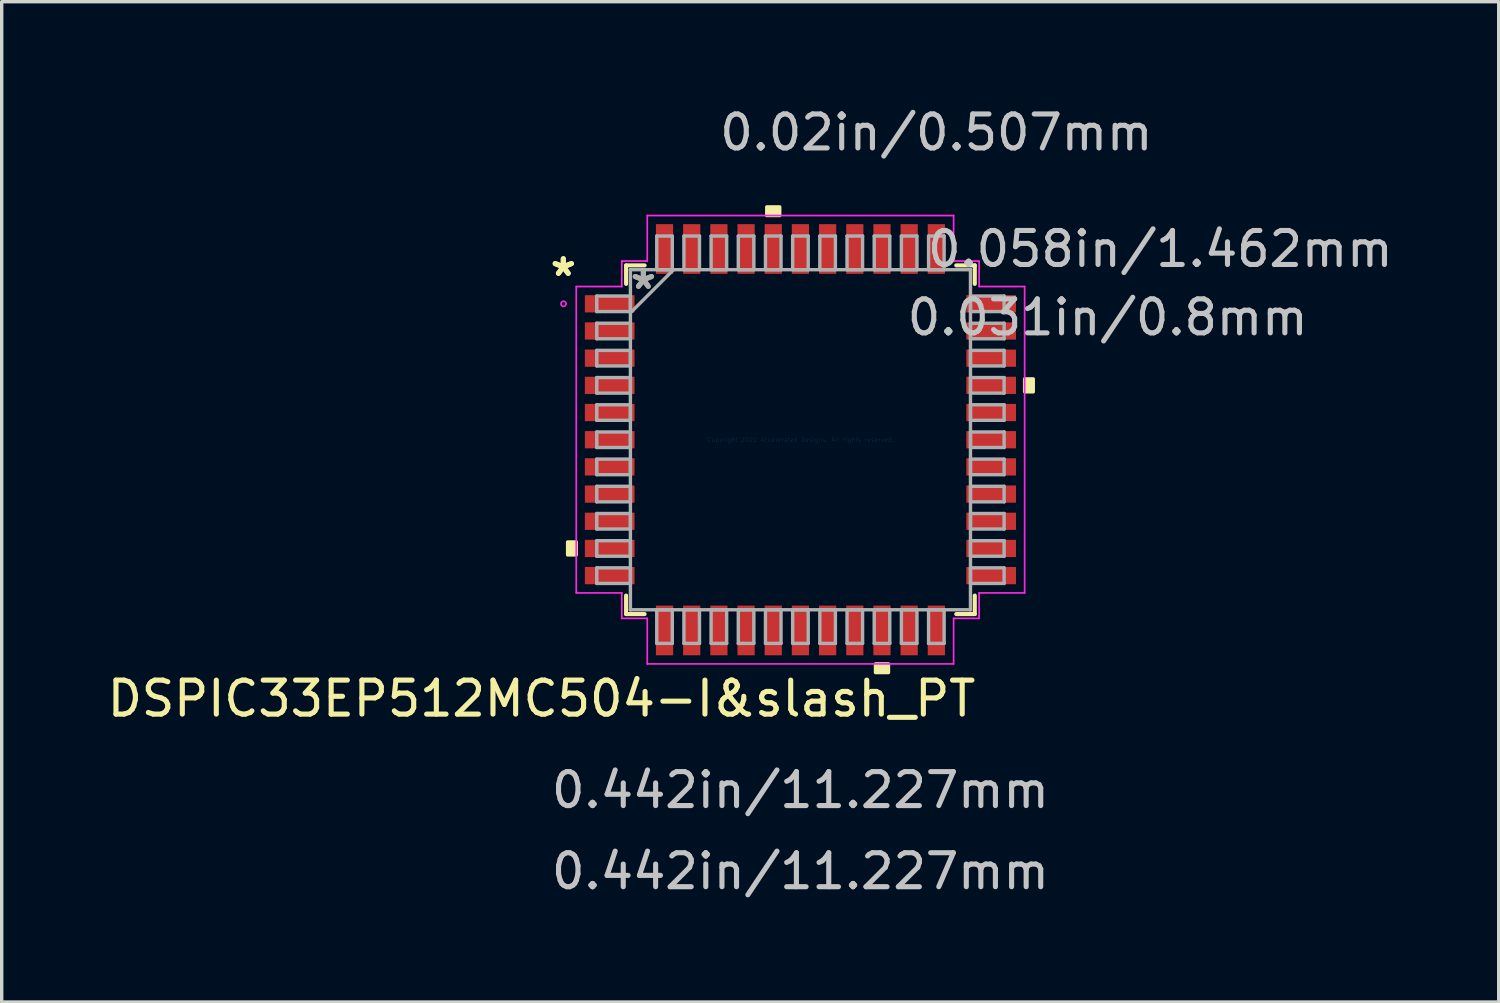
<source format=kicad_pcb>
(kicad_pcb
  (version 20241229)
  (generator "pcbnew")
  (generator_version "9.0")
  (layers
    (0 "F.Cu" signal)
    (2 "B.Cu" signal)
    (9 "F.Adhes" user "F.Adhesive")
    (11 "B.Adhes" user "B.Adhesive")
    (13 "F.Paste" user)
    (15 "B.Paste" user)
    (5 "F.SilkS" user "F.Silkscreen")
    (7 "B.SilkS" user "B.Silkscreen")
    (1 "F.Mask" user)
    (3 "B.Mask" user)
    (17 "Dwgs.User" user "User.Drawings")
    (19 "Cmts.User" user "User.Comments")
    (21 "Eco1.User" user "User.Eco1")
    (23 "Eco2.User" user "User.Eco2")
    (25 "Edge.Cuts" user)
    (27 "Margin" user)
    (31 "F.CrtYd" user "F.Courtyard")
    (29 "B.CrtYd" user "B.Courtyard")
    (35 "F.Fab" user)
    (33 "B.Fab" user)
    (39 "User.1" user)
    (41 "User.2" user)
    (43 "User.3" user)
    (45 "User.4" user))
  (footprint "DSPIC33EP512MC504-I&slash_PT"
    (layer "F.Cu")
    (at 20.507 9.891)
    (property "Reference" "DSPIC33EP512MC504-I&slash_PT" (at -7.62 7.62 0) (layer "F.SilkS") (effects (font (size 1 1) (thickness 0.15))))
    (attr smd)
    (fp_line (start -5.131 -5.131) (end -5.131 -4.586) (stroke (width 0.12) (type solid)) (layer "F.SilkS"))
    (fp_line (start -5.131 4.586) (end -5.131 5.131) (stroke (width 0.12) (type solid)) (layer "F.SilkS"))
    (fp_line (start -5.131 5.131) (end -4.586 5.131) (stroke (width 0.12) (type solid)) (layer "F.SilkS"))
    (fp_line (start -4.586 -5.131) (end -5.131 -5.131) (stroke (width 0.12) (type solid)) (layer "F.SilkS"))
    (fp_line (start 4.586 5.131) (end 5.131 5.131) (stroke (width 0.12) (type solid)) (layer "F.SilkS"))
    (fp_line (start 5.131 -5.131) (end 4.586 -5.131) (stroke (width 0.12) (type solid)) (layer "F.SilkS"))
    (fp_line (start 5.131 -4.586) (end 5.131 -5.131) (stroke (width 0.12) (type solid)) (layer "F.SilkS"))
    (fp_line (start 5.131 5.131) (end 5.131 4.586) (stroke (width 0.12) (type solid)) (layer "F.SilkS"))
    (fp_poly (pts (xy -6.852 3.009) (xy -6.852 3.39) (xy -6.598 3.39) (xy -6.598 3.009)) (stroke (width 0.1) (type solid)) (fill yes) (layer "F.SilkS"))
    (fp_poly (pts (xy -0.991 -6.598) (xy -0.991 -6.852) (xy -0.61 -6.852) (xy -0.61 -6.598)) (stroke (width 0.1) (type solid)) (fill yes) (layer "F.SilkS"))
    (fp_poly (pts (xy 2.209 6.598) (xy 2.209 6.852) (xy 2.591 6.852) (xy 2.591 6.598)) (stroke (width 0.1) (type solid)) (fill yes) (layer "F.SilkS"))
    (fp_poly (pts (xy 6.852 -1.79) (xy 6.852 -1.409) (xy 6.598 -1.409) (xy 6.598 -1.79)) (stroke (width 0.1) (type solid)) (fill yes) (layer "F.SilkS"))
    (fp_line (start -6.598 -4.508) (end -5.258 -4.508) (stroke (width 0.05) (type solid)) (layer "F.CrtYd"))
    (fp_line (start -6.598 4.508) (end -6.598 -4.508) (stroke (width 0.05) (type solid)) (layer "F.CrtYd"))
    (fp_line (start -5.258 -5.258) (end -4.508 -5.258) (stroke (width 0.05) (type solid)) (layer "F.CrtYd"))
    (fp_line (start -5.258 -4.508) (end -5.258 -5.258) (stroke (width 0.05) (type solid)) (layer "F.CrtYd"))
    (fp_line (start -5.258 4.508) (end -6.598 4.508) (stroke (width 0.05) (type solid)) (layer "F.CrtYd"))
    (fp_line (start -5.258 5.258) (end -5.258 4.508) (stroke (width 0.05) (type solid)) (layer "F.CrtYd"))
    (fp_line (start -4.508 -6.598) (end 4.508 -6.598) (stroke (width 0.05) (type solid)) (layer "F.CrtYd"))
    (fp_line (start -4.508 -5.258) (end -4.508 -6.598) (stroke (width 0.05) (type solid)) (layer "F.CrtYd"))
    (fp_line (start -4.508 5.258) (end -5.258 5.258) (stroke (width 0.05) (type solid)) (layer "F.CrtYd"))
    (fp_line (start -4.508 6.598) (end -4.508 5.258) (stroke (width 0.05) (type solid)) (layer "F.CrtYd"))
    (fp_line (start 4.508 -6.598) (end 4.508 -5.258) (stroke (width 0.05) (type solid)) (layer "F.CrtYd"))
    (fp_line (start 4.508 -5.258) (end 5.258 -5.258) (stroke (width 0.05) (type solid)) (layer "F.CrtYd"))
    (fp_line (start 4.508 5.258) (end 4.508 6.598) (stroke (width 0.05) (type solid)) (layer "F.CrtYd"))
    (fp_line (start 4.508 6.598) (end -4.508 6.598) (stroke (width 0.05) (type solid)) (layer "F.CrtYd"))
    (fp_line (start 5.258 -5.258) (end 5.258 -4.508) (stroke (width 0.05) (type solid)) (layer "F.CrtYd"))
    (fp_line (start 5.258 -4.508) (end 6.598 -4.508) (stroke (width 0.05) (type solid)) (layer "F.CrtYd"))
    (fp_line (start 5.258 4.508) (end 5.258 5.258) (stroke (width 0.05) (type solid)) (layer "F.CrtYd"))
    (fp_line (start 5.258 5.258) (end 4.508 5.258) (stroke (width 0.05) (type solid)) (layer "F.CrtYd"))
    (fp_line (start 6.598 -4.508) (end 6.598 4.508) (stroke (width 0.05) (type solid)) (layer "F.CrtYd"))
    (fp_line (start 6.598 4.508) (end 5.258 4.508) (stroke (width 0.05) (type solid)) (layer "F.CrtYd"))
    (fp_circle (center -6.972 -4) (end -6.896 -4) (stroke (width 0.05) (type solid)) (fill no) (layer "F.CrtYd"))
    (fp_line (start -5.994 -4.229) (end -5.994 -3.771) (stroke (width 0.1) (type solid)) (layer "F.Fab"))
    (fp_line (start -5.994 -3.771) (end -5.004 -3.771) (stroke (width 0.1) (type solid)) (layer "F.Fab"))
    (fp_line (start -5.994 -3.429) (end -5.994 -2.971) (stroke (width 0.1) (type solid)) (layer "F.Fab"))
    (fp_line (start -5.994 -2.971) (end -5.004 -2.971) (stroke (width 0.1) (type solid)) (layer "F.Fab"))
    (fp_line (start -5.994 -2.629) (end -5.994 -2.171) (stroke (width 0.1) (type solid)) (layer "F.Fab"))
    (fp_line (start -5.994 -2.171) (end -5.004 -2.171) (stroke (width 0.1) (type solid)) (layer "F.Fab"))
    (fp_line (start -5.994 -1.829) (end -5.994 -1.371) (stroke (width 0.1) (type solid)) (layer "F.Fab"))
    (fp_line (start -5.994 -1.371) (end -5.004 -1.371) (stroke (width 0.1) (type solid)) (layer "F.Fab"))
    (fp_line (start -5.994 -1.029) (end -5.994 -0.571) (stroke (width 0.1) (type solid)) (layer "F.Fab"))
    (fp_line (start -5.994 -0.571) (end -5.004 -0.571) (stroke (width 0.1) (type solid)) (layer "F.Fab"))
    (fp_line (start -5.994 -0.229) (end -5.994 0.229) (stroke (width 0.1) (type solid)) (layer "F.Fab"))
    (fp_line (start -5.994 0.229) (end -5.004 0.229) (stroke (width 0.1) (type solid)) (layer "F.Fab"))
    (fp_line (start -5.994 0.571) (end -5.994 1.029) (stroke (width 0.1) (type solid)) (layer "F.Fab"))
    (fp_line (start -5.994 1.029) (end -5.004 1.029) (stroke (width 0.1) (type solid)) (layer "F.Fab"))
    (fp_line (start -5.994 1.371) (end -5.994 1.829) (stroke (width 0.1) (type solid)) (layer "F.Fab"))
    (fp_line (start -5.994 1.829) (end -5.004 1.829) (stroke (width 0.1) (type solid)) (layer "F.Fab"))
    (fp_line (start -5.994 2.171) (end -5.994 2.629) (stroke (width 0.1) (type solid)) (layer "F.Fab"))
    (fp_line (start -5.994 2.629) (end -5.004 2.629) (stroke (width 0.1) (type solid)) (layer "F.Fab"))
    (fp_line (start -5.994 2.971) (end -5.994 3.429) (stroke (width 0.1) (type solid)) (layer "F.Fab"))
    (fp_line (start -5.994 3.429) (end -5.004 3.429) (stroke (width 0.1) (type solid)) (layer "F.Fab"))
    (fp_line (start -5.994 3.771) (end -5.994 4.229) (stroke (width 0.1) (type solid)) (layer "F.Fab"))
    (fp_line (start -5.994 4.229) (end -5.004 4.229) (stroke (width 0.1) (type solid)) (layer "F.Fab"))
    (fp_line (start -5.004 -5.004) (end -5.004 -5.004) (stroke (width 0.1) (type solid)) (layer "F.Fab"))
    (fp_line (start -5.004 -5.004) (end -5.004 5.004) (stroke (width 0.1) (type solid)) (layer "F.Fab"))
    (fp_line (start -5.004 -4.229) (end -5.994 -4.229) (stroke (width 0.1) (type solid)) (layer "F.Fab"))
    (fp_line (start -5.004 -3.771) (end -5.004 -4.229) (stroke (width 0.1) (type solid)) (layer "F.Fab"))
    (fp_line (start -5.004 -3.734) (end -3.734 -5.004) (stroke (width 0.1) (type solid)) (layer "F.Fab"))
    (fp_line (start -5.004 -3.429) (end -5.994 -3.429) (stroke (width 0.1) (type solid)) (layer "F.Fab"))
    (fp_line (start -5.004 -2.971) (end -5.004 -3.429) (stroke (width 0.1) (type solid)) (layer "F.Fab"))
    (fp_line (start -5.004 -2.629) (end -5.994 -2.629) (stroke (width 0.1) (type solid)) (layer "F.Fab"))
    (fp_line (start -5.004 -2.171) (end -5.004 -2.629) (stroke (width 0.1) (type solid)) (layer "F.Fab"))
    (fp_line (start -5.004 -1.829) (end -5.994 -1.829) (stroke (width 0.1) (type solid)) (layer "F.Fab"))
    (fp_line (start -5.004 -1.371) (end -5.004 -1.829) (stroke (width 0.1) (type solid)) (layer "F.Fab"))
    (fp_line (start -5.004 -1.029) (end -5.994 -1.029) (stroke (width 0.1) (type solid)) (layer "F.Fab"))
    (fp_line (start -5.004 -0.571) (end -5.004 -1.029) (stroke (width 0.1) (type solid)) (layer "F.Fab"))
    (fp_line (start -5.004 -0.229) (end -5.994 -0.229) (stroke (width 0.1) (type solid)) (layer "F.Fab"))
    (fp_line (start -5.004 0.229) (end -5.004 -0.229) (stroke (width 0.1) (type solid)) (layer "F.Fab"))
    (fp_line (start -5.004 0.571) (end -5.994 0.571) (stroke (width 0.1) (type solid)) (layer "F.Fab"))
    (fp_line (start -5.004 1.029) (end -5.004 0.571) (stroke (width 0.1) (type solid)) (layer "F.Fab"))
    (fp_line (start -5.004 1.371) (end -5.994 1.371) (stroke (width 0.1) (type solid)) (layer "F.Fab"))
    (fp_line (start -5.004 1.829) (end -5.004 1.371) (stroke (width 0.1) (type solid)) (layer "F.Fab"))
    (fp_line (start -5.004 2.171) (end -5.994 2.171) (stroke (width 0.1) (type solid)) (layer "F.Fab"))
    (fp_line (start -5.004 2.629) (end -5.004 2.171) (stroke (width 0.1) (type solid)) (layer "F.Fab"))
    (fp_line (start -5.004 2.971) (end -5.994 2.971) (stroke (width 0.1) (type solid)) (layer "F.Fab"))
    (fp_line (start -5.004 3.429) (end -5.004 2.971) (stroke (width 0.1) (type solid)) (layer "F.Fab"))
    (fp_line (start -5.004 3.771) (end -5.994 3.771) (stroke (width 0.1) (type solid)) (layer "F.Fab"))
    (fp_line (start -5.004 4.229) (end -5.004 3.771) (stroke (width 0.1) (type solid)) (layer "F.Fab"))
    (fp_line (start -5.004 5.004) (end -5.004 5.004) (stroke (width 0.1) (type solid)) (layer "F.Fab"))
    (fp_line (start -5.004 5.004) (end 5.004 5.004) (stroke (width 0.1) (type solid)) (layer "F.Fab"))
    (fp_line (start -4.229 5.004) (end -4.229 5.994) (stroke (width 0.1) (type solid)) (layer "F.Fab"))
    (fp_line (start -4.229 5.994) (end -3.771 5.994) (stroke (width 0.1) (type solid)) (layer "F.Fab"))
    (fp_line (start -4.229 -5.994) (end -4.229 -5.004) (stroke (width 0.1) (type solid)) (layer "F.Fab"))
    (fp_line (start -4.229 -5.004) (end -3.771 -5.004) (stroke (width 0.1) (type solid)) (layer "F.Fab"))
    (fp_line (start -3.771 5.004) (end -4.229 5.004) (stroke (width 0.1) (type solid)) (layer "F.Fab"))
    (fp_line (start -3.771 5.994) (end -3.771 5.004) (stroke (width 0.1) (type solid)) (layer "F.Fab"))
    (fp_line (start -3.771 -5.994) (end -4.229 -5.994) (stroke (width 0.1) (type solid)) (layer "F.Fab"))
    (fp_line (start -3.771 -5.004) (end -3.771 -5.994) (stroke (width 0.1) (type solid)) (layer "F.Fab"))
    (fp_line (start -3.429 -5.994) (end -3.429 -5.004) (stroke (width 0.1) (type solid)) (layer "F.Fab"))
    (fp_line (start -3.429 -5.004) (end -2.971 -5.004) (stroke (width 0.1) (type solid)) (layer "F.Fab"))
    (fp_line (start -3.429 5.004) (end -3.429 5.994) (stroke (width 0.1) (type solid)) (layer "F.Fab"))
    (fp_line (start -3.429 5.994) (end -2.971 5.994) (stroke (width 0.1) (type solid)) (layer "F.Fab"))
    (fp_line (start -2.971 -5.994) (end -3.429 -5.994) (stroke (width 0.1) (type solid)) (layer "F.Fab"))
    (fp_line (start -2.971 -5.004) (end -2.971 -5.994) (stroke (width 0.1) (type solid)) (layer "F.Fab"))
    (fp_line (start -2.971 5.004) (end -3.429 5.004) (stroke (width 0.1) (type solid)) (layer "F.Fab"))
    (fp_line (start -2.971 5.994) (end -2.971 5.004) (stroke (width 0.1) (type solid)) (layer "F.Fab"))
    (fp_line (start -2.629 -5.994) (end -2.629 -5.004) (stroke (width 0.1) (type solid)) (layer "F.Fab"))
    (fp_line (start -2.629 -5.004) (end -2.171 -5.004) (stroke (width 0.1) (type solid)) (layer "F.Fab"))
    (fp_line (start -2.629 5.004) (end -2.629 5.994) (stroke (width 0.1) (type solid)) (layer "F.Fab"))
    (fp_line (start -2.629 5.994) (end -2.171 5.994) (stroke (width 0.1) (type solid)) (layer "F.Fab"))
    (fp_line (start -2.171 -5.994) (end -2.629 -5.994) (stroke (width 0.1) (type solid)) (layer "F.Fab"))
    (fp_line (start -2.171 -5.004) (end -2.171 -5.994) (stroke (width 0.1) (type solid)) (layer "F.Fab"))
    (fp_line (start -2.171 5.004) (end -2.629 5.004) (stroke (width 0.1) (type solid)) (layer "F.Fab"))
    (fp_line (start -2.171 5.994) (end -2.171 5.004) (stroke (width 0.1) (type solid)) (layer "F.Fab"))
    (fp_line (start -1.829 -5.994) (end -1.829 -5.004) (stroke (width 0.1) (type solid)) (layer "F.Fab"))
    (fp_line (start -1.829 -5.004) (end -1.371 -5.004) (stroke (width 0.1) (type solid)) (layer "F.Fab"))
    (fp_line (start -1.829 5.004) (end -1.829 5.994) (stroke (width 0.1) (type solid)) (layer "F.Fab"))
    (fp_line (start -1.829 5.994) (end -1.371 5.994) (stroke (width 0.1) (type solid)) (layer "F.Fab"))
    (fp_line (start -1.371 -5.994) (end -1.829 -5.994) (stroke (width 0.1) (type solid)) (layer "F.Fab"))
    (fp_line (start -1.371 -5.004) (end -1.371 -5.994) (stroke (width 0.1) (type solid)) (layer "F.Fab"))
    (fp_line (start -1.371 5.004) (end -1.829 5.004) (stroke (width 0.1) (type solid)) (layer "F.Fab"))
    (fp_line (start -1.371 5.994) (end -1.371 5.004) (stroke (width 0.1) (type solid)) (layer "F.Fab"))
    (fp_line (start -1.029 -5.994) (end -1.029 -5.004) (stroke (width 0.1) (type solid)) (layer "F.Fab"))
    (fp_line (start -1.029 -5.004) (end -0.571 -5.004) (stroke (width 0.1) (type solid)) (layer "F.Fab"))
    (fp_line (start -1.029 5.004) (end -1.029 5.994) (stroke (width 0.1) (type solid)) (layer "F.Fab"))
    (fp_line (start -1.029 5.994) (end -0.571 5.994) (stroke (width 0.1) (type solid)) (layer "F.Fab"))
    (fp_line (start -0.571 -5.994) (end -1.029 -5.994) (stroke (width 0.1) (type solid)) (layer "F.Fab"))
    (fp_line (start -0.571 -5.004) (end -0.571 -5.994) (stroke (width 0.1) (type solid)) (layer "F.Fab"))
    (fp_line (start -0.571 5.004) (end -1.029 5.004) (stroke (width 0.1) (type solid)) (layer "F.Fab"))
    (fp_line (start -0.571 5.994) (end -0.571 5.004) (stroke (width 0.1) (type solid)) (layer "F.Fab"))
    (fp_line (start -0.229 -5.994) (end -0.229 -5.004) (stroke (width 0.1) (type solid)) (layer "F.Fab"))
    (fp_line (start -0.229 -5.004) (end 0.229 -5.004) (stroke (width 0.1) (type solid)) (layer "F.Fab"))
    (fp_line (start -0.229 5.004) (end -0.229 5.994) (stroke (width 0.1) (type solid)) (layer "F.Fab"))
    (fp_line (start -0.229 5.994) (end 0.229 5.994) (stroke (width 0.1) (type solid)) (layer "F.Fab"))
    (fp_line (start 0.229 -5.994) (end -0.229 -5.994) (stroke (width 0.1) (type solid)) (layer "F.Fab"))
    (fp_line (start 0.229 -5.004) (end 0.229 -5.994) (stroke (width 0.1) (type solid)) (layer "F.Fab"))
    (fp_line (start 0.229 5.004) (end -0.229 5.004) (stroke (width 0.1) (type solid)) (layer "F.Fab"))
    (fp_line (start 0.229 5.994) (end 0.229 5.004) (stroke (width 0.1) (type solid)) (layer "F.Fab"))
    (fp_line (start 0.571 -5.994) (end 0.571 -5.004) (stroke (width 0.1) (type solid)) (layer "F.Fab"))
    (fp_line (start 0.571 -5.004) (end 1.029 -5.004) (stroke (width 0.1) (type solid)) (layer "F.Fab"))
    (fp_line (start 0.571 5.004) (end 0.571 5.994) (stroke (width 0.1) (type solid)) (layer "F.Fab"))
    (fp_line (start 0.571 5.994) (end 1.029 5.994) (stroke (width 0.1) (type solid)) (layer "F.Fab"))
    (fp_line (start 1.029 -5.994) (end 0.571 -5.994) (stroke (width 0.1) (type solid)) (layer "F.Fab"))
    (fp_line (start 1.029 -5.004) (end 1.029 -5.994) (stroke (width 0.1) (type solid)) (layer "F.Fab"))
    (fp_line (start 1.029 5.004) (end 0.571 5.004) (stroke (width 0.1) (type solid)) (layer "F.Fab"))
    (fp_line (start 1.029 5.994) (end 1.029 5.004) (stroke (width 0.1) (type solid)) (layer "F.Fab"))
    (fp_line (start 1.371 -5.994) (end 1.371 -5.004) (stroke (width 0.1) (type solid)) (layer "F.Fab"))
    (fp_line (start 1.371 -5.004) (end 1.829 -5.004) (stroke (width 0.1) (type solid)) (layer "F.Fab"))
    (fp_line (start 1.371 5.004) (end 1.371 5.994) (stroke (width 0.1) (type solid)) (layer "F.Fab"))
    (fp_line (start 1.371 5.994) (end 1.829 5.994) (stroke (width 0.1) (type solid)) (layer "F.Fab"))
    (fp_line (start 1.829 -5.994) (end 1.371 -5.994) (stroke (width 0.1) (type solid)) (layer "F.Fab"))
    (fp_line (start 1.829 -5.004) (end 1.829 -5.994) (stroke (width 0.1) (type solid)) (layer "F.Fab"))
    (fp_line (start 1.829 5.004) (end 1.371 5.004) (stroke (width 0.1) (type solid)) (layer "F.Fab"))
    (fp_line (start 1.829 5.994) (end 1.829 5.004) (stroke (width 0.1) (type solid)) (layer "F.Fab"))
    (fp_line (start 2.171 -5.994) (end 2.171 -5.004) (stroke (width 0.1) (type solid)) (layer "F.Fab"))
    (fp_line (start 2.171 -5.004) (end 2.629 -5.004) (stroke (width 0.1) (type solid)) (layer "F.Fab"))
    (fp_line (start 2.171 5.004) (end 2.171 5.994) (stroke (width 0.1) (type solid)) (layer "F.Fab"))
    (fp_line (start 2.171 5.994) (end 2.629 5.994) (stroke (width 0.1) (type solid)) (layer "F.Fab"))
    (fp_line (start 2.629 -5.994) (end 2.171 -5.994) (stroke (width 0.1) (type solid)) (layer "F.Fab"))
    (fp_line (start 2.629 -5.004) (end 2.629 -5.994) (stroke (width 0.1) (type solid)) (layer "F.Fab"))
    (fp_line (start 2.629 5.004) (end 2.171 5.004) (stroke (width 0.1) (type solid)) (layer "F.Fab"))
    (fp_line (start 2.629 5.994) (end 2.629 5.004) (stroke (width 0.1) (type solid)) (layer "F.Fab"))
    (fp_line (start 2.971 -5.994) (end 2.971 -5.004) (stroke (width 0.1) (type solid)) (layer "F.Fab"))
    (fp_line (start 2.971 -5.004) (end 3.429 -5.004) (stroke (width 0.1) (type solid)) (layer "F.Fab"))
    (fp_line (start 2.971 5.004) (end 2.971 5.994) (stroke (width 0.1) (type solid)) (layer "F.Fab"))
    (fp_line (start 2.971 5.994) (end 3.429 5.994) (stroke (width 0.1) (type solid)) (layer "F.Fab"))
    (fp_line (start 3.429 -5.994) (end 2.971 -5.994) (stroke (width 0.1) (type solid)) (layer "F.Fab"))
    (fp_line (start 3.429 -5.004) (end 3.429 -5.994) (stroke (width 0.1) (type solid)) (layer "F.Fab"))
    (fp_line (start 3.429 5.004) (end 2.971 5.004) (stroke (width 0.1) (type solid)) (layer "F.Fab"))
    (fp_line (start 3.429 5.994) (end 3.429 5.004) (stroke (width 0.1) (type solid)) (layer "F.Fab"))
    (fp_line (start 3.771 5.004) (end 3.771 5.994) (stroke (width 0.1) (type solid)) (layer "F.Fab"))
    (fp_line (start 3.771 5.994) (end 4.229 5.994) (stroke (width 0.1) (type solid)) (layer "F.Fab"))
    (fp_line (start 3.771 -5.994) (end 3.771 -5.004) (stroke (width 0.1) (type solid)) (layer "F.Fab"))
    (fp_line (start 3.771 -5.004) (end 4.229 -5.004) (stroke (width 0.1) (type solid)) (layer "F.Fab"))
    (fp_line (start 4.229 5.004) (end 3.771 5.004) (stroke (width 0.1) (type solid)) (layer "F.Fab"))
    (fp_line (start 4.229 5.994) (end 4.229 5.004) (stroke (width 0.1) (type solid)) (layer "F.Fab"))
    (fp_line (start 4.229 -5.994) (end 3.771 -5.994) (stroke (width 0.1) (type solid)) (layer "F.Fab"))
    (fp_line (start 4.229 -5.004) (end 4.229 -5.994) (stroke (width 0.1) (type solid)) (layer "F.Fab"))
    (fp_line (start 5.004 -5.004) (end -5.004 -5.004) (stroke (width 0.1) (type solid)) (layer "F.Fab"))
    (fp_line (start 5.004 -5.004) (end 5.004 -5.004) (stroke (width 0.1) (type solid)) (layer "F.Fab"))
    (fp_line (start 5.004 -4.229) (end 5.004 -3.771) (stroke (width 0.1) (type solid)) (layer "F.Fab"))
    (fp_line (start 5.004 -3.771) (end 5.994 -3.771) (stroke (width 0.1) (type solid)) (layer "F.Fab"))
    (fp_line (start 5.004 -3.429) (end 5.004 -2.971) (stroke (width 0.1) (type solid)) (layer "F.Fab"))
    (fp_line (start 5.004 -2.971) (end 5.994 -2.971) (stroke (width 0.1) (type solid)) (layer "F.Fab"))
    (fp_line (start 5.004 -2.629) (end 5.004 -2.171) (stroke (width 0.1) (type solid)) (layer "F.Fab"))
    (fp_line (start 5.004 -2.171) (end 5.994 -2.171) (stroke (width 0.1) (type solid)) (layer "F.Fab"))
    (fp_line (start 5.004 -1.829) (end 5.004 -1.371) (stroke (width 0.1) (type solid)) (layer "F.Fab"))
    (fp_line (start 5.004 -1.371) (end 5.994 -1.371) (stroke (width 0.1) (type solid)) (layer "F.Fab"))
    (fp_line (start 5.004 -1.029) (end 5.004 -0.571) (stroke (width 0.1) (type solid)) (layer "F.Fab"))
    (fp_line (start 5.004 -0.571) (end 5.994 -0.571) (stroke (width 0.1) (type solid)) (layer "F.Fab"))
    (fp_line (start 5.004 -0.229) (end 5.004 0.229) (stroke (width 0.1) (type solid)) (layer "F.Fab"))
    (fp_line (start 5.004 0.229) (end 5.994 0.229) (stroke (width 0.1) (type solid)) (layer "F.Fab"))
    (fp_line (start 5.004 0.571) (end 5.004 1.029) (stroke (width 0.1) (type solid)) (layer "F.Fab"))
    (fp_line (start 5.004 1.029) (end 5.994 1.029) (stroke (width 0.1) (type solid)) (layer "F.Fab"))
    (fp_line (start 5.004 1.371) (end 5.004 1.829) (stroke (width 0.1) (type solid)) (layer "F.Fab"))
    (fp_line (start 5.004 1.829) (end 5.994 1.829) (stroke (width 0.1) (type solid)) (layer "F.Fab"))
    (fp_line (start 5.004 2.171) (end 5.004 2.629) (stroke (width 0.1) (type solid)) (layer "F.Fab"))
    (fp_line (start 5.004 2.629) (end 5.994 2.629) (stroke (width 0.1) (type solid)) (layer "F.Fab"))
    (fp_line (start 5.004 2.971) (end 5.004 3.429) (stroke (width 0.1) (type solid)) (layer "F.Fab"))
    (fp_line (start 5.004 3.429) (end 5.994 3.429) (stroke (width 0.1) (type solid)) (layer "F.Fab"))
    (fp_line (start 5.004 3.771) (end 5.004 4.229) (stroke (width 0.1) (type solid)) (layer "F.Fab"))
    (fp_line (start 5.004 4.229) (end 5.994 4.229) (stroke (width 0.1) (type solid)) (layer "F.Fab"))
    (fp_line (start 5.004 5.004) (end 5.004 -5.004) (stroke (width 0.1) (type solid)) (layer "F.Fab"))
    (fp_line (start 5.004 5.004) (end 5.004 5.004) (stroke (width 0.1) (type solid)) (layer "F.Fab"))
    (fp_line (start 5.994 -4.229) (end 5.004 -4.229) (stroke (width 0.1) (type solid)) (layer "F.Fab"))
    (fp_line (start 5.994 -3.771) (end 5.994 -4.229) (stroke (width 0.1) (type solid)) (layer "F.Fab"))
    (fp_line (start 5.994 -3.429) (end 5.004 -3.429) (stroke (width 0.1) (type solid)) (layer "F.Fab"))
    (fp_line (start 5.994 -2.971) (end 5.994 -3.429) (stroke (width 0.1) (type solid)) (layer "F.Fab"))
    (fp_line (start 5.994 -2.629) (end 5.004 -2.629) (stroke (width 0.1) (type solid)) (layer "F.Fab"))
    (fp_line (start 5.994 -2.171) (end 5.994 -2.629) (stroke (width 0.1) (type solid)) (layer "F.Fab"))
    (fp_line (start 5.994 -1.829) (end 5.004 -1.829) (stroke (width 0.1) (type solid)) (layer "F.Fab"))
    (fp_line (start 5.994 -1.371) (end 5.994 -1.829) (stroke (width 0.1) (type solid)) (layer "F.Fab"))
    (fp_line (start 5.994 -1.029) (end 5.004 -1.029) (stroke (width 0.1) (type solid)) (layer "F.Fab"))
    (fp_line (start 5.994 -0.571) (end 5.994 -1.029) (stroke (width 0.1) (type solid)) (layer "F.Fab"))
    (fp_line (start 5.994 -0.229) (end 5.004 -0.229) (stroke (width 0.1) (type solid)) (layer "F.Fab"))
    (fp_line (start 5.994 0.229) (end 5.994 -0.229) (stroke (width 0.1) (type solid)) (layer "F.Fab"))
    (fp_line (start 5.994 0.571) (end 5.004 0.571) (stroke (width 0.1) (type solid)) (layer "F.Fab"))
    (fp_line (start 5.994 1.029) (end 5.994 0.571) (stroke (width 0.1) (type solid)) (layer "F.Fab"))
    (fp_line (start 5.994 1.371) (end 5.004 1.371) (stroke (width 0.1) (type solid)) (layer "F.Fab"))
    (fp_line (start 5.994 1.829) (end 5.994 1.371) (stroke (width 0.1) (type solid)) (layer "F.Fab"))
    (fp_line (start 5.994 2.171) (end 5.004 2.171) (stroke (width 0.1) (type solid)) (layer "F.Fab"))
    (fp_line (start 5.994 2.629) (end 5.994 2.171) (stroke (width 0.1) (type solid)) (layer "F.Fab"))
    (fp_line (start 5.994 2.971) (end 5.004 2.971) (stroke (width 0.1) (type solid)) (layer "F.Fab"))
    (fp_line (start 5.994 3.429) (end 5.994 2.971) (stroke (width 0.1) (type solid)) (layer "F.Fab"))
    (fp_line (start 5.994 3.771) (end 5.004 3.771) (stroke (width 0.1) (type solid)) (layer "F.Fab"))
    (fp_line (start 5.994 4.229) (end 5.994 3.771) (stroke (width 0.1) (type solid)) (layer "F.Fab"))
    (fp_text user "*" (at -6.979 -4.781 0) (layer "F.SilkS") (effects (font (size 1 1) (thickness 0.15))))
    (fp_text user "*" (at -6.979 -4.781 0) (layer "F.SilkS") (effects (font (size 1 1) (thickness 0.15))))
    (fp_text user "0.058in/1.462mm" (at 10.592 -5.613 0) (layer "Dwgs.User") (effects (font (size 1 1) (thickness 0.15))))
    (fp_text user "0.02in/0.507mm" (at 4 -9.042 0) (layer "Dwgs.User") (effects (font (size 1 1) (thickness 0.15))))
    (fp_text user "0.031in/0.8mm" (at 9.042 -3.6 0) (layer "Dwgs.User") (effects (font (size 1 1) (thickness 0.15))))
    (fp_text user "0.442in/11.227mm" (at 0 12.7 0) (layer "Dwgs.User") (effects (font (size 1 1) (thickness 0.15))))
    (fp_text user "0.442in/11.227mm" (at 0 10.312 0) (layer "Dwgs.User") (effects (font (size 1 1) (thickness 0.15))))
    (fp_text user "Copyright 2021 Accelerated Designs. All rights reserved." (at 0 0 0) (layer "Cmts.User") (effects (font (size 0.127 0.127) (thickness 0.002))))
    (fp_text user "*" (at -4.623 -4.4 0) (layer "F.Fab") (effects (font (size 1 1) (thickness 0.15))))
    (fp_text user "*" (at -4.623 -4.4 0) (layer "F.Fab") (effects (font (size 1 1) (thickness 0.15))))
    (pad "1" smd rect (at -5.613 -4 90) (size 0.507 1.462) (layers "F.Cu" "F.Mask" "F.Paste"))
    (pad "2" smd rect (at -5.613 -3.2 90) (size 0.507 1.462) (layers "F.Cu" "F.Mask" "F.Paste"))
    (pad "3" smd rect (at -5.613 -2.4 90) (size 0.507 1.462) (layers "F.Cu" "F.Mask" "F.Paste"))
    (pad "4" smd rect (at -5.613 -1.6 90) (size 0.507 1.462) (layers "F.Cu" "F.Mask" "F.Paste"))
    (pad "5" smd rect (at -5.613 -0.8 90) (size 0.507 1.462) (layers "F.Cu" "F.Mask" "F.Paste"))
    (pad "6" smd rect (at -5.613 0 90) (size 0.507 1.462) (layers "F.Cu" "F.Mask" "F.Paste"))
    (pad "7" smd rect (at -5.613 0.8 90) (size 0.507 1.462) (layers "F.Cu" "F.Mask" "F.Paste"))
    (pad "8" smd rect (at -5.613 1.6 90) (size 0.507 1.462) (layers "F.Cu" "F.Mask" "F.Paste"))
    (pad "9" smd rect (at -5.613 2.4 90) (size 0.507 1.462) (layers "F.Cu" "F.Mask" "F.Paste"))
    (pad "10" smd rect (at -5.613 3.2 90) (size 0.507 1.462) (layers "F.Cu" "F.Mask" "F.Paste"))
    (pad "11" smd rect (at -5.613 4 90) (size 0.507 1.462) (layers "F.Cu" "F.Mask" "F.Paste"))
    (pad "12" smd rect (at -4 5.613) (size 0.507 1.462) (layers "F.Cu" "F.Mask" "F.Paste"))
    (pad "13" smd rect (at -3.2 5.613) (size 0.507 1.462) (layers "F.Cu" "F.Mask" "F.Paste"))
    (pad "14" smd rect (at -2.4 5.613) (size 0.507 1.462) (layers "F.Cu" "F.Mask" "F.Paste"))
    (pad "15" smd rect (at -1.6 5.613) (size 0.507 1.462) (layers "F.Cu" "F.Mask" "F.Paste"))
    (pad "16" smd rect (at -0.8 5.613) (size 0.507 1.462) (layers "F.Cu" "F.Mask" "F.Paste"))
    (pad "17" smd rect (at 0 5.613) (size 0.507 1.462) (layers "F.Cu" "F.Mask" "F.Paste"))
    (pad "18" smd rect (at 0.8 5.613) (size 0.507 1.462) (layers "F.Cu" "F.Mask" "F.Paste"))
    (pad "19" smd rect (at 1.6 5.613) (size 0.507 1.462) (layers "F.Cu" "F.Mask" "F.Paste"))
    (pad "20" smd rect (at 2.4 5.613) (size 0.507 1.462) (layers "F.Cu" "F.Mask" "F.Paste"))
    (pad "21" smd rect (at 3.2 5.613) (size 0.507 1.462) (layers "F.Cu" "F.Mask" "F.Paste"))
    (pad "22" smd rect (at 4 5.613) (size 0.507 1.462) (layers "F.Cu" "F.Mask" "F.Paste"))
    (pad "23" smd rect (at 5.613 4 90) (size 0.507 1.462) (layers "F.Cu" "F.Mask" "F.Paste"))
    (pad "24" smd rect (at 5.613 3.2 90) (size 0.507 1.462) (layers "F.Cu" "F.Mask" "F.Paste"))
    (pad "25" smd rect (at 5.613 2.4 90) (size 0.507 1.462) (layers "F.Cu" "F.Mask" "F.Paste"))
    (pad "26" smd rect (at 5.613 1.6 90) (size 0.507 1.462) (layers "F.Cu" "F.Mask" "F.Paste"))
    (pad "27" smd rect (at 5.613 0.8 90) (size 0.507 1.462) (layers "F.Cu" "F.Mask" "F.Paste"))
    (pad "28" smd rect (at 5.613 0 90) (size 0.507 1.462) (layers "F.Cu" "F.Mask" "F.Paste"))
    (pad "29" smd rect (at 5.613 -0.8 90) (size 0.507 1.462) (layers "F.Cu" "F.Mask" "F.Paste"))
    (pad "30" smd rect (at 5.613 -1.6 90) (size 0.507 1.462) (layers "F.Cu" "F.Mask" "F.Paste"))
    (pad "31" smd rect (at 5.613 -2.4 90) (size 0.507 1.462) (layers "F.Cu" "F.Mask" "F.Paste"))
    (pad "32" smd rect (at 5.613 -3.2 90) (size 0.507 1.462) (layers "F.Cu" "F.Mask" "F.Paste"))
    (pad "33" smd rect (at 5.613 -4 90) (size 0.507 1.462) (layers "F.Cu" "F.Mask" "F.Paste"))
    (pad "34" smd rect (at 4 -5.613) (size 0.507 1.462) (layers "F.Cu" "F.Mask" "F.Paste"))
    (pad "35" smd rect (at 3.2 -5.613) (size 0.507 1.462) (layers "F.Cu" "F.Mask" "F.Paste"))
    (pad "36" smd rect (at 2.4 -5.613) (size 0.507 1.462) (layers "F.Cu" "F.Mask" "F.Paste"))
    (pad "37" smd rect (at 1.6 -5.613) (size 0.507 1.462) (layers "F.Cu" "F.Mask" "F.Paste"))
    (pad "38" smd rect (at 0.8 -5.613) (size 0.507 1.462) (layers "F.Cu" "F.Mask" "F.Paste"))
    (pad "39" smd rect (at 0 -5.613) (size 0.507 1.462) (layers "F.Cu" "F.Mask" "F.Paste"))
    (pad "40" smd rect (at -0.8 -5.613) (size 0.507 1.462) (layers "F.Cu" "F.Mask" "F.Paste"))
    (pad "41" smd rect (at -1.6 -5.613) (size 0.507 1.462) (layers "F.Cu" "F.Mask" "F.Paste"))
    (pad "42" smd rect (at -2.4 -5.613) (size 0.507 1.462) (layers "F.Cu" "F.Mask" "F.Paste"))
    (pad "43" smd rect (at -3.2 -5.613) (size 0.507 1.462) (layers "F.Cu" "F.Mask" "F.Paste"))
    (pad "44" smd rect (at -4 -5.613) (size 0.507 1.462) (layers "F.Cu" "F.Mask" "F.Paste")))
  (gr_rect
    (start -3 -3)
    (end 41.057 26.439)
    (stroke (width 0.1) (type default))
    (fill no)
    (layer "Edge.Cuts")))
</source>
